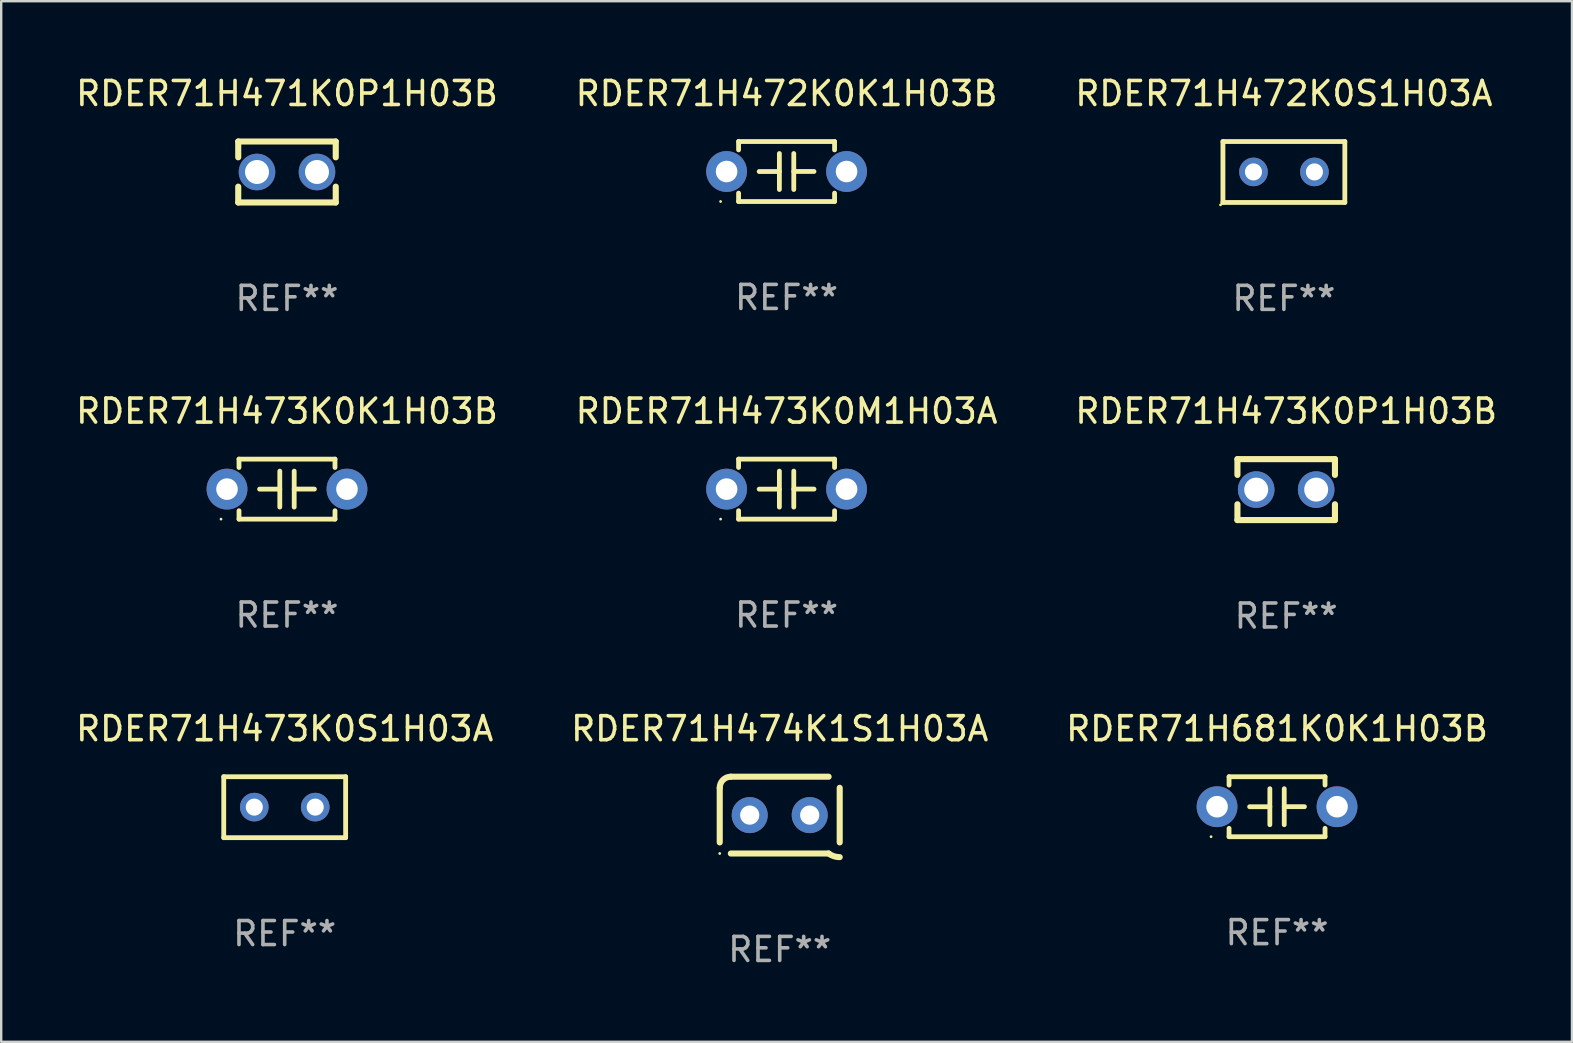
<source format=kicad_pcb>
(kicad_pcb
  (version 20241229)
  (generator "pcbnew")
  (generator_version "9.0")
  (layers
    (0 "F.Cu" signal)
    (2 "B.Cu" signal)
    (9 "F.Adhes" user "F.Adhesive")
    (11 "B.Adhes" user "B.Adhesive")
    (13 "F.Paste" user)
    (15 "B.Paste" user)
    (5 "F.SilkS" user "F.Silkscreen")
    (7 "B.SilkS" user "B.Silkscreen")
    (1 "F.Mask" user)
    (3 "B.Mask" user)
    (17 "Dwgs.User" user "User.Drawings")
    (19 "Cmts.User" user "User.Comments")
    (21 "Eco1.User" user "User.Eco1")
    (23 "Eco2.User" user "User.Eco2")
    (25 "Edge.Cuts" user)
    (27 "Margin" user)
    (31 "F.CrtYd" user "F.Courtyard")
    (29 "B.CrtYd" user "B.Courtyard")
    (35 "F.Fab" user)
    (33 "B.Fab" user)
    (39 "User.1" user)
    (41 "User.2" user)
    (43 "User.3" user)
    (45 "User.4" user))
  (footprint "RDER71H473K0K1H03B"
    (layer "F.Cu")
    (at 8.911 17.335)
    (property "Reference" "RDER71H473K0K1H03B" (at 0 -3.25 0) (layer "F.SilkS") (effects (font (size 1 1) (thickness 0.15))))
    (attr through_hole)
    (fp_line (start -2 -1.25) (end -2 -0.901) (stroke (width 0.2) (type solid)) (layer "F.SilkS"))
    (fp_line (start -2 -1.25) (end 2 -1.25) (stroke (width 0.2) (type solid)) (layer "F.SilkS"))
    (fp_line (start -2 0.901) (end -2 1.25) (stroke (width 0.2) (type solid)) (layer "F.SilkS"))
    (fp_line (start -0.3 -0.75) (end -0.3 0.75) (stroke (width 0.2) (type solid)) (layer "F.SilkS"))
    (fp_line (start -0.3 0.001) (end -1.143 0.001) (stroke (width 0.2) (type solid)) (layer "F.SilkS"))
    (fp_line (start 0.3 -0.001) (end 1.143 -0.001) (stroke (width 0.2) (type solid)) (layer "F.SilkS"))
    (fp_line (start 0.3 0.75) (end 0.3 -0.75) (stroke (width 0.2) (type solid)) (layer "F.SilkS"))
    (fp_line (start 2 -1.25) (end 2 -0.901) (stroke (width 0.2) (type solid)) (layer "F.SilkS"))
    (fp_line (start 2 0.901) (end 2 1.25) (stroke (width 0.2) (type solid)) (layer "F.SilkS"))
    (fp_line (start 2 1.25) (end -2 1.25) (stroke (width 0.2) (type solid)) (layer "F.SilkS"))
    (fp_circle (center -2.75 1.25) (end -2.72 1.25) (stroke (width 0.06) (type solid)) (fill no) (layer "F.SilkS"))
    (fp_text user "REF**" (at 0 5.25 0) (layer "F.Fab") (effects (font (size 1 1) (thickness 0.15))))
    (pad "1" thru_hole circle (at -2.5 0) (size 1.7 1.7) (drill 0.9) (layers "*.Cu" "*.Mask"))
    (pad "2" thru_hole circle (at 2.5 0) (size 1.7 1.7) (drill 0.9) (layers "*.Cu" "*.Mask")))
  (footprint "RDER71H473K0S1H03A"
    (layer "F.Cu")
    (at 8.815 30.591)
    (property "Reference" "RDER71H473K0S1H03A" (at 0 -3.27 0) (layer "F.SilkS") (effects (font (size 1 1) (thickness 0.15))))
    (attr through_hole)
    (fp_line (start -2.54 -1.27) (end -2.54 1.27) (stroke (width 0.201) (type solid)) (layer "F.SilkS"))
    (fp_line (start -2.54 1.27) (end 2.54 1.27) (stroke (width 0.201) (type solid)) (layer "F.SilkS"))
    (fp_line (start 2.54 -1.27) (end -2.54 -1.27) (stroke (width 0.201) (type solid)) (layer "F.SilkS"))
    (fp_line (start 2.54 1.27) (end 2.54 -1.27) (stroke (width 0.201) (type solid)) (layer "F.SilkS"))
    (fp_circle (center -2.497 1.247) (end -2.467 1.247) (stroke (width 0.06) (type solid)) (fill no) (layer "F.SilkS"))
    (fp_text user "REF**" (at 0 5.27 0) (layer "F.Fab") (effects (font (size 1 1) (thickness 0.15))))
    (pad "1" thru_hole circle (at -1.267 -0.003) (size 1.194 1.194) (drill 0.711) (layers "*.Cu" "*.Mask"))
    (pad "2" thru_hole circle (at 1.273 -0.003) (size 1.194 1.194) (drill 0.711) (layers "*.Cu" "*.Mask")))
  (footprint "RDER71H472K0S1H03A"
    (layer "F.Cu")
    (at 50.458 4.118)
    (property "Reference" "RDER71H472K0S1H03A" (at 0 -3.27 0) (layer "F.SilkS") (effects (font (size 1 1) (thickness 0.15))))
    (attr through_hole)
    (fp_line (start -2.54 -1.27) (end -2.54 1.27) (stroke (width 0.201) (type solid)) (layer "F.SilkS"))
    (fp_line (start -2.54 1.27) (end 2.54 1.27) (stroke (width 0.201) (type solid)) (layer "F.SilkS"))
    (fp_line (start 2.54 -1.27) (end -2.54 -1.27) (stroke (width 0.201) (type solid)) (layer "F.SilkS"))
    (fp_line (start 2.54 1.27) (end 2.54 -1.27) (stroke (width 0.201) (type solid)) (layer "F.SilkS"))
    (fp_circle (center -2.64 1.37) (end -2.61 1.37) (stroke (width 0.06) (type solid)) (fill no) (layer "F.SilkS"))
    (fp_text user "REF**" (at 0 5.27 0) (layer "F.Fab") (effects (font (size 1 1) (thickness 0.15))))
    (pad "1" thru_hole circle (at -1.267 -0.003) (size 1.194 1.194) (drill 0.711) (layers "*.Cu" "*.Mask"))
    (pad "2" thru_hole circle (at 1.273 -0.003) (size 1.194 1.194) (drill 0.711) (layers "*.Cu" "*.Mask")))
  (footprint "RDER71H472K0K1H03B"
    (layer "F.Cu")
    (at 29.732 4.098)
    (property "Reference" "RDER71H472K0K1H03B" (at 0 -3.25 0) (layer "F.SilkS") (effects (font (size 1 1) (thickness 0.15))))
    (attr through_hole)
    (fp_line (start -2 -1.25) (end -2 -0.901) (stroke (width 0.2) (type solid)) (layer "F.SilkS"))
    (fp_line (start -2 -1.25) (end 2 -1.25) (stroke (width 0.2) (type solid)) (layer "F.SilkS"))
    (fp_line (start -2 0.901) (end -2 1.25) (stroke (width 0.2) (type solid)) (layer "F.SilkS"))
    (fp_line (start -0.3 -0.75) (end -0.3 0.75) (stroke (width 0.2) (type solid)) (layer "F.SilkS"))
    (fp_line (start -0.3 0.001) (end -1.143 0.001) (stroke (width 0.2) (type solid)) (layer "F.SilkS"))
    (fp_line (start 0.3 -0.001) (end 1.143 -0.001) (stroke (width 0.2) (type solid)) (layer "F.SilkS"))
    (fp_line (start 0.3 0.75) (end 0.3 -0.75) (stroke (width 0.2) (type solid)) (layer "F.SilkS"))
    (fp_line (start 2 -1.25) (end 2 -0.901) (stroke (width 0.2) (type solid)) (layer "F.SilkS"))
    (fp_line (start 2 0.901) (end 2 1.25) (stroke (width 0.2) (type solid)) (layer "F.SilkS"))
    (fp_line (start 2 1.25) (end -2 1.25) (stroke (width 0.2) (type solid)) (layer "F.SilkS"))
    (fp_circle (center -2.75 1.25) (end -2.72 1.25) (stroke (width 0.06) (type solid)) (fill no) (layer "F.SilkS"))
    (fp_text user "REF**" (at 0 5.25 0) (layer "F.Fab") (effects (font (size 1 1) (thickness 0.15))))
    (pad "1" thru_hole circle (at -2.5 0) (size 1.7 1.7) (drill 0.9) (layers "*.Cu" "*.Mask"))
    (pad "2" thru_hole circle (at 2.5 0) (size 1.7 1.7) (drill 0.9) (layers "*.Cu" "*.Mask")))
  (footprint "RDER71H471K0P1H03B"
    (layer "F.Cu")
    (at 8.911 4.118)
    (property "Reference" "RDER71H471K0P1H03B" (at 0 -3.27 0) (layer "F.SilkS") (effects (font (size 1 1) (thickness 0.15))))
    (attr through_hole)
    (fp_line (start -2.032 -1.27) (end -2.032 -0.611) (stroke (width 0.254) (type solid)) (layer "F.SilkS"))
    (fp_line (start -2.032 0.611) (end -2.032 1.27) (stroke (width 0.254) (type solid)) (layer "F.SilkS"))
    (fp_line (start -2.032 1.27) (end 2.032 1.27) (stroke (width 0.254) (type solid)) (layer "F.SilkS"))
    (fp_line (start 2.032 -1.27) (end -2.032 -1.27) (stroke (width 0.254) (type solid)) (layer "F.SilkS"))
    (fp_line (start 2.032 -0.611) (end 2.032 -1.27) (stroke (width 0.254) (type solid)) (layer "F.SilkS"))
    (fp_line (start 2.032 1.27) (end 2.032 0.611) (stroke (width 0.254) (type solid)) (layer "F.SilkS"))
    (fp_circle (center -2 1.25) (end -1.97 1.25) (stroke (width 0.06) (type solid)) (fill no) (layer "F.SilkS"))
    (fp_text user "REF**" (at 0 5.27 0) (layer "F.Fab") (effects (font (size 1 1) (thickness 0.15))))
    (pad "1" thru_hole circle (at -1.25 0) (size 1.524 1.524) (drill 1) (layers "*.Cu" "*.Mask"))
    (pad "2" thru_hole circle (at 1.25 0) (size 1.524 1.524) (drill 1) (layers "*.Cu" "*.Mask")))
  (footprint "RDER71H473K0M1H03A"
    (layer "F.Cu")
    (at 29.732 17.335)
    (property "Reference" "RDER71H473K0M1H03A" (at 0 -3.25 0) (layer "F.SilkS") (effects (font (size 1 1) (thickness 0.15))))
    (attr through_hole)
    (fp_line (start -2 -1.25) (end -2 -0.901) (stroke (width 0.2) (type solid)) (layer "F.SilkS"))
    (fp_line (start -2 -1.25) (end 2 -1.25) (stroke (width 0.2) (type solid)) (layer "F.SilkS"))
    (fp_line (start -2 0.901) (end -2 1.25) (stroke (width 0.2) (type solid)) (layer "F.SilkS"))
    (fp_line (start -0.3 -0.75) (end -0.3 0.75) (stroke (width 0.2) (type solid)) (layer "F.SilkS"))
    (fp_line (start -0.3 0.001) (end -1.143 0.001) (stroke (width 0.2) (type solid)) (layer "F.SilkS"))
    (fp_line (start 0.3 -0.001) (end 1.143 -0.001) (stroke (width 0.2) (type solid)) (layer "F.SilkS"))
    (fp_line (start 0.3 0.75) (end 0.3 -0.75) (stroke (width 0.2) (type solid)) (layer "F.SilkS"))
    (fp_line (start 2 -1.25) (end 2 -0.901) (stroke (width 0.2) (type solid)) (layer "F.SilkS"))
    (fp_line (start 2 0.901) (end 2 1.25) (stroke (width 0.2) (type solid)) (layer "F.SilkS"))
    (fp_line (start 2 1.25) (end -2 1.25) (stroke (width 0.2) (type solid)) (layer "F.SilkS"))
    (fp_circle (center -2.75 1.25) (end -2.72 1.25) (stroke (width 0.06) (type solid)) (fill no) (layer "F.SilkS"))
    (fp_text user "REF**" (at 0 5.25 0) (layer "F.Fab") (effects (font (size 1 1) (thickness 0.15))))
    (pad "1" thru_hole circle (at -2.5 0) (size 1.7 1.7) (drill 0.9) (layers "*.Cu" "*.Mask"))
    (pad "2" thru_hole circle (at 2.5 0) (size 1.7 1.7) (drill 0.9) (layers "*.Cu" "*.Mask")))
  (footprint "RDER71H473K0P1H03B"
    (layer "F.Cu")
    (at 50.554 17.355)
    (property "Reference" "RDER71H473K0P1H03B" (at 0 -3.27 0) (layer "F.SilkS") (effects (font (size 1 1) (thickness 0.15))))
    (attr through_hole)
    (fp_line (start -2.032 -1.27) (end -2.032 -0.611) (stroke (width 0.254) (type solid)) (layer "F.SilkS"))
    (fp_line (start -2.032 0.611) (end -2.032 1.27) (stroke (width 0.254) (type solid)) (layer "F.SilkS"))
    (fp_line (start -2.032 1.27) (end 2.032 1.27) (stroke (width 0.254) (type solid)) (layer "F.SilkS"))
    (fp_line (start 2.032 -1.27) (end -2.032 -1.27) (stroke (width 0.254) (type solid)) (layer "F.SilkS"))
    (fp_line (start 2.032 -0.611) (end 2.032 -1.27) (stroke (width 0.254) (type solid)) (layer "F.SilkS"))
    (fp_line (start 2.032 1.27) (end 2.032 0.611) (stroke (width 0.254) (type solid)) (layer "F.SilkS"))
    (fp_circle (center -2 1.25) (end -1.97 1.25) (stroke (width 0.06) (type solid)) (fill no) (layer "F.SilkS"))
    (fp_text user "REF**" (at 0 5.27 0) (layer "F.Fab") (effects (font (size 1 1) (thickness 0.15))))
    (pad "1" thru_hole circle (at -1.25 0) (size 1.524 1.524) (drill 1) (layers "*.Cu" "*.Mask"))
    (pad "2" thru_hole circle (at 1.25 0) (size 1.524 1.524) (drill 1) (layers "*.Cu" "*.Mask")))
  (footprint "RDER71H681K0K1H03B"
    (layer "F.Cu")
    (at 50.173 30.571)
    (property "Reference" "RDER71H681K0K1H03B" (at 0 -3.25 0) (layer "F.SilkS") (effects (font (size 1 1) (thickness 0.15))))
    (attr through_hole)
    (fp_line (start -2 -1.25) (end -2 -0.901) (stroke (width 0.2) (type solid)) (layer "F.SilkS"))
    (fp_line (start -2 -1.25) (end 2 -1.25) (stroke (width 0.2) (type solid)) (layer "F.SilkS"))
    (fp_line (start -2 0.901) (end -2 1.25) (stroke (width 0.2) (type solid)) (layer "F.SilkS"))
    (fp_line (start -0.3 -0.75) (end -0.3 0.75) (stroke (width 0.2) (type solid)) (layer "F.SilkS"))
    (fp_line (start -0.3 0.001) (end -1.143 0.001) (stroke (width 0.2) (type solid)) (layer "F.SilkS"))
    (fp_line (start 0.3 -0.001) (end 1.143 -0.001) (stroke (width 0.2) (type solid)) (layer "F.SilkS"))
    (fp_line (start 0.3 0.75) (end 0.3 -0.75) (stroke (width 0.2) (type solid)) (layer "F.SilkS"))
    (fp_line (start 2 -1.25) (end 2 -0.901) (stroke (width 0.2) (type solid)) (layer "F.SilkS"))
    (fp_line (start 2 0.901) (end 2 1.25) (stroke (width 0.2) (type solid)) (layer "F.SilkS"))
    (fp_line (start 2 1.25) (end -2 1.25) (stroke (width 0.2) (type solid)) (layer "F.SilkS"))
    (fp_circle (center -2.75 1.25) (end -2.72 1.25) (stroke (width 0.06) (type solid)) (fill no) (layer "F.SilkS"))
    (fp_text user "REF**" (at 0 5.25 0) (layer "F.Fab") (effects (font (size 1 1) (thickness 0.15))))
    (pad "1" thru_hole circle (at -2.5 0) (size 1.7 1.7) (drill 0.9) (layers "*.Cu" "*.Mask"))
    (pad "2" thru_hole circle (at 2.5 0) (size 1.7 1.7) (drill 0.9) (layers "*.Cu" "*.Mask")))
  (footprint "RDER71H474K1S1H03A"
    (layer "F.Cu")
    (at 29.446 30.921)
    (property "Reference" "RDER71H474K1S1H03A" (at 0 -3.6 0) (layer "F.SilkS") (effects (font (size 1 1) (thickness 0.15))))
    (attr through_hole)
    (fp_line (start -2.5 1.138) (end -2.5 -1.138) (stroke (width 0.254) (type solid)) (layer "F.SilkS"))
    (fp_line (start -2.038 1.6) (end 2.038 1.6) (stroke (width 0.254) (type solid)) (layer "F.SilkS"))
    (fp_line (start 2.038 -1.6) (end -2.038 -1.6) (stroke (width 0.254) (type solid)) (layer "F.SilkS"))
    (fp_line (start 2.5 -1.138) (end 2.5 1.138) (stroke (width 0.254) (type solid)) (layer "F.SilkS"))
    (fp_arc (start -2.5 -1.137744) (mid -2.364601 -1.464626) (end -2.037719 -1.600025) (stroke (width 0.254001) (type solid)) (layer "F.SilkS"))
    (fp_arc (start -2.5 1.137719) (mid 2.500022 -1.137741) (end -2.5 1.137719) (stroke (width 0.254001) (type solid)) (layer "F.SilkS"))
    (fp_arc (start 2.5 1.751767) (mid 2.256726 1.712861) (end 2.037719 1.600025) (stroke (width 0.254001) (type solid)) (layer "F.SilkS"))
    (fp_circle (center -2.5 1.6) (end -2.47 1.6) (stroke (width 0.06) (type solid)) (fill no) (layer "F.SilkS"))
    (fp_text user "REF**" (at 0 5.6 0) (layer "F.Fab") (effects (font (size 1 1) (thickness 0.15))))
    (pad "1" thru_hole circle (at -1.25 -0.000076) (size 1.5 1.5) (drill 0.8) (layers "*.Cu" "*.Mask"))
    (pad "2" thru_hole circle (at 1.25 -0.000076) (size 1.5 1.5) (drill 0.8) (layers "*.Cu" "*.Mask")))
  (gr_rect
    (start -3 -3)
    (end 62.464 40.37)
    (stroke (width 0.1) (type default))
    (fill no)
    (layer "Edge.Cuts")))
</source>
